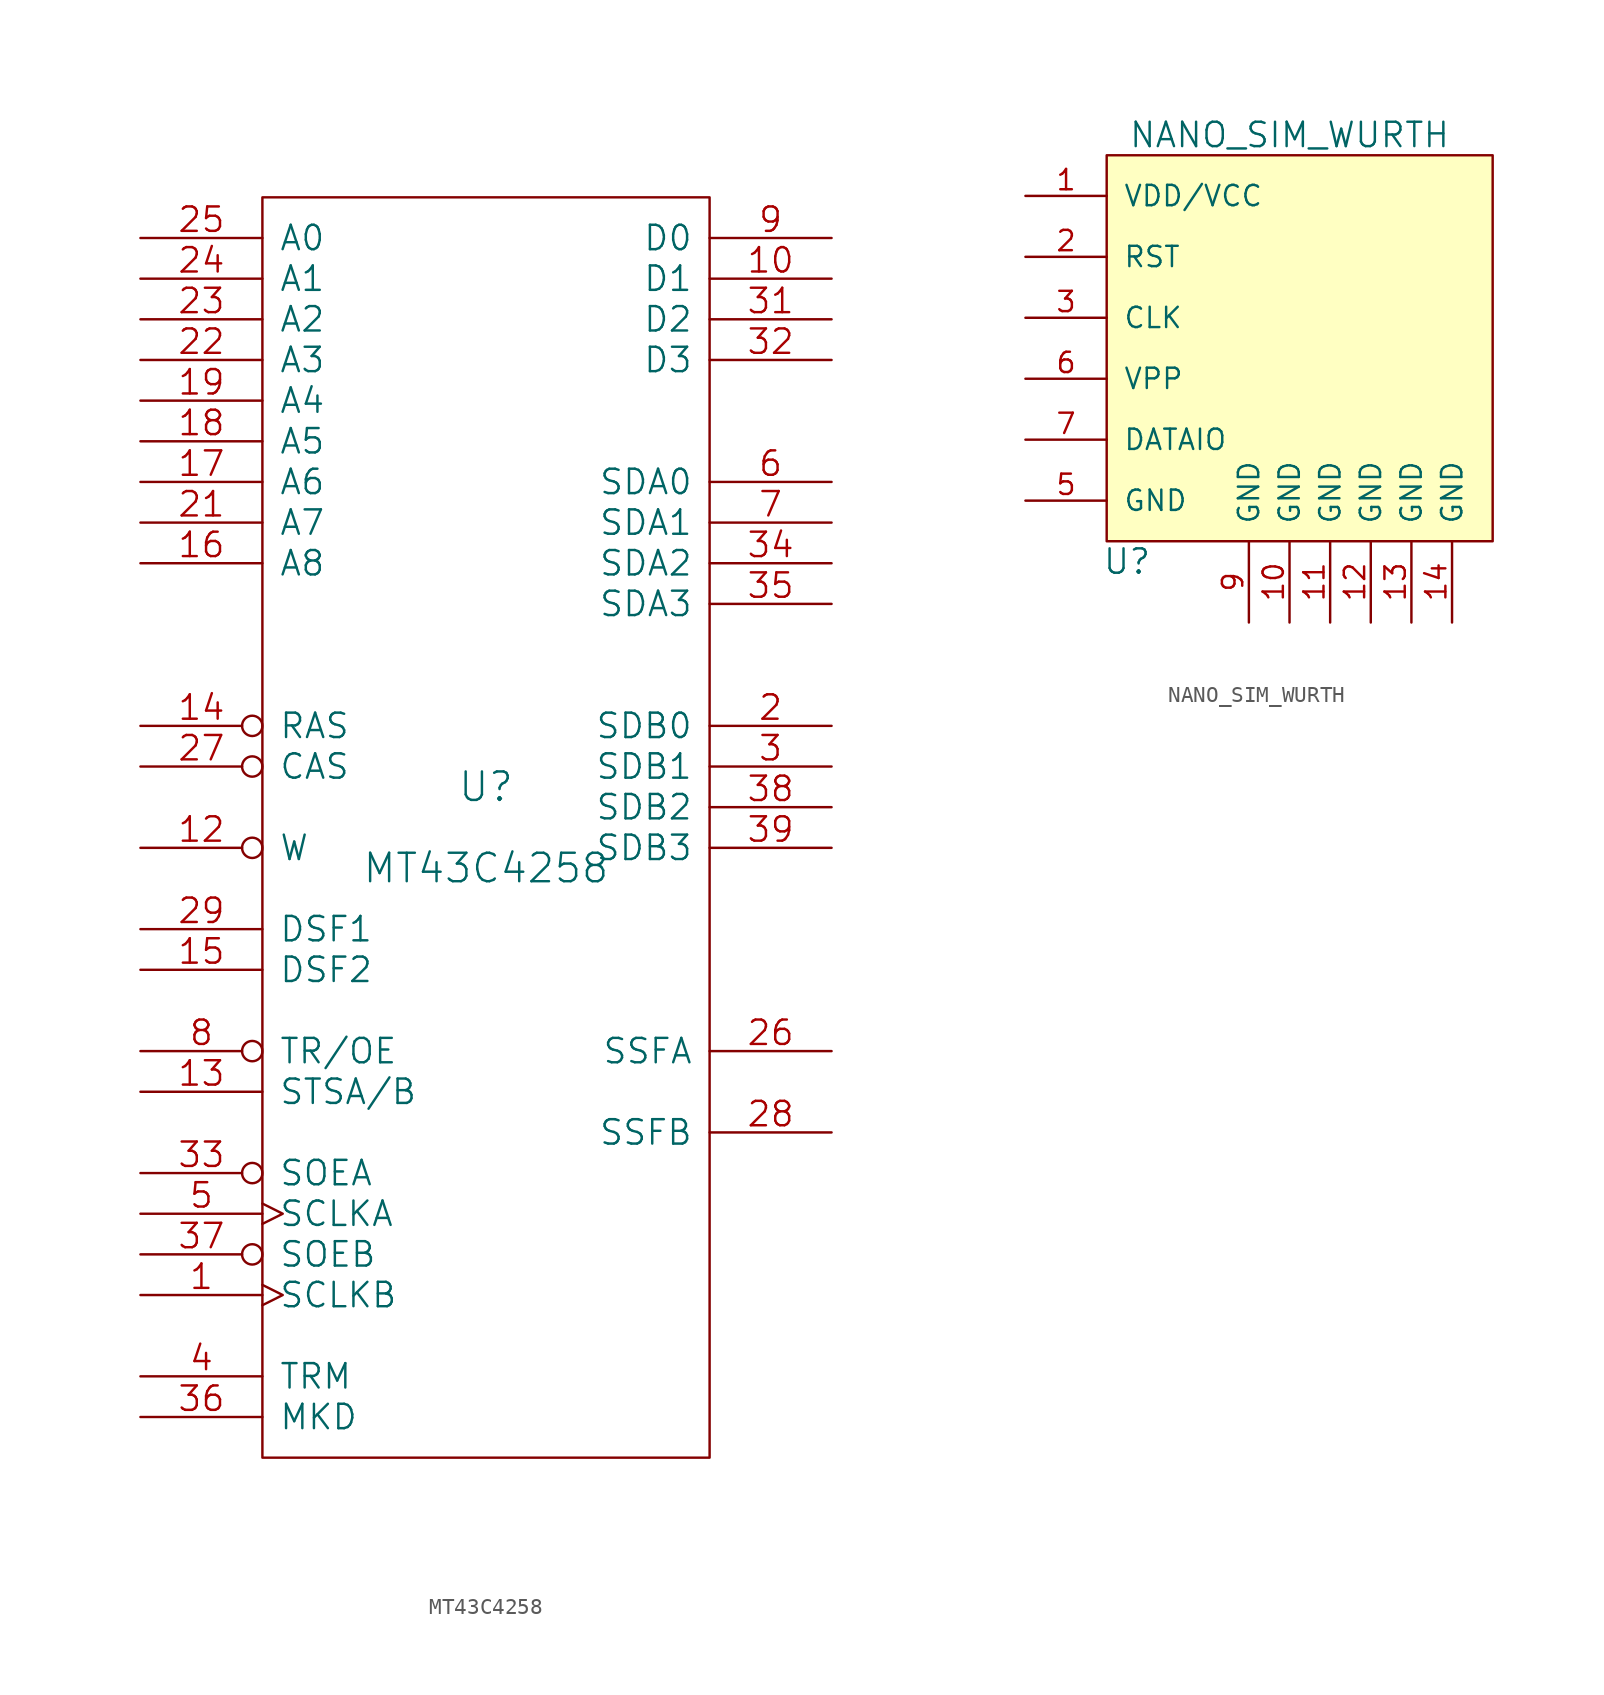
<source format=kicad_sym>
(kicad_symbol_lib
  (version 20211014)
  (generator kicad_symbol_editor)
  (symbol "MT43C4258"
    (pin_names
      (offset 1.016))
    (property "Reference" "U"
      (at 0 2.54 0)
      (effects (font (size 1.778 1.778))))
    (property "Value" "MT43C4258"
      (at 0 -2.54 0)
      (effects (font (size 1.778 1.778))))
    (property "Footprint" ""
      (at 0 0 0)
      (effects (font (size 1.524 1.524))))
    (property "Datasheet" ""
      (at 0 0 0)
      (effects (font (size 1.524 1.524))))
    (symbol "MT43C4258_0_1"
      (rectangle (start -13.97 -39.37) (end 13.97 39.37) (stroke (width 0) (type default) (color 0 0 0 0)) (fill (type none))))
    (symbol "MT43C4258_1_1"
      (pin input clock (at -21.59 -29.21 0) (length 7.62) (name "SCLKB" (effects (font (size 1.524 1.524)))) (number "1" (effects (font (size 1.524 1.524)))))
      (pin tri_state line (at 21.59 34.29 180) (length 7.62) (name "D1" (effects (font (size 1.524 1.524)))) (number "10" (effects (font (size 1.524 1.524)))))
      (pin power_in line (at -3.81 39.37 90) (length 0) hide (name "VCC" (effects (font (size 1.524 1.524)))) (number "11" (effects (font (size 1.524 1.524)))))
      (pin input inverted (at -21.59 -1.27 0) (length 7.62) (name "W" (effects (font (size 1.524 1.524)))) (number "12" (effects (font (size 1.524 1.524)))))
      (pin input line (at -21.59 -16.51 0) (length 7.62) (name "STSA/B" (effects (font (size 1.524 1.524)))) (number "13" (effects (font (size 1.524 1.524)))))
      (pin input inverted (at -21.59 6.35 0) (length 7.62) (name "RAS" (effects (font (size 1.524 1.524)))) (number "14" (effects (font (size 1.524 1.524)))))
      (pin input line (at -21.59 -8.89 0) (length 7.62) (name "DSF2" (effects (font (size 1.524 1.524)))) (number "15" (effects (font (size 1.524 1.524)))))
      (pin input line (at -21.59 16.51 0) (length 7.62) (name "A8" (effects (font (size 1.524 1.524)))) (number "16" (effects (font (size 1.524 1.524)))))
      (pin input line (at -21.59 21.59 0) (length 7.62) (name "A6" (effects (font (size 1.524 1.524)))) (number "17" (effects (font (size 1.524 1.524)))))
      (pin input line (at -21.59 24.13 0) (length 7.62) (name "A5" (effects (font (size 1.524 1.524)))) (number "18" (effects (font (size 1.524 1.524)))))
      (pin input line (at -21.59 26.67 0) (length 7.62) (name "A4" (effects (font (size 1.524 1.524)))) (number "19" (effects (font (size 1.524 1.524)))))
      (pin tri_state line (at 21.59 6.35 180) (length 7.62) (name "SDB0" (effects (font (size 1.524 1.524)))) (number "2" (effects (font (size 1.524 1.524)))))
      (pin power_in line (at -1.27 39.37 90) (length 0) hide (name "VCC" (effects (font (size 1.524 1.524)))) (number "20" (effects (font (size 1.524 1.524)))))
      (pin input line (at -21.59 19.05 0) (length 7.62) (name "A7" (effects (font (size 1.524 1.524)))) (number "21" (effects (font (size 1.524 1.524)))))
      (pin input line (at -21.59 29.21 0) (length 7.62) (name "A3" (effects (font (size 1.524 1.524)))) (number "22" (effects (font (size 1.524 1.524)))))
      (pin input line (at -21.59 31.75 0) (length 7.62) (name "A2" (effects (font (size 1.524 1.524)))) (number "23" (effects (font (size 1.524 1.524)))))
      (pin input line (at -21.59 34.29 0) (length 7.62) (name "A1" (effects (font (size 1.524 1.524)))) (number "24" (effects (font (size 1.524 1.524)))))
      (pin input line (at -21.59 36.83 0) (length 7.62) (name "A0" (effects (font (size 1.524 1.524)))) (number "25" (effects (font (size 1.524 1.524)))))
      (pin input line (at 21.59 -13.97 180) (length 7.62) (name "SSFA" (effects (font (size 1.524 1.524)))) (number "26" (effects (font (size 1.524 1.524)))))
      (pin input inverted (at -21.59 3.81 0) (length 7.62) (name "CAS" (effects (font (size 1.524 1.524)))) (number "27" (effects (font (size 1.524 1.524)))))
      (pin input line (at 21.59 -19.05 180) (length 7.62) (name "SSFB" (effects (font (size 1.524 1.524)))) (number "28" (effects (font (size 1.524 1.524)))))
      (pin input line (at -21.59 -6.35 0) (length 7.62) (name "DSF1" (effects (font (size 1.524 1.524)))) (number "29" (effects (font (size 1.524 1.524)))))
      (pin tri_state line (at 21.59 3.81 180) (length 7.62) (name "SDB1" (effects (font (size 1.524 1.524)))) (number "3" (effects (font (size 1.524 1.524)))))
      (pin power_in line (at -3.81 -39.37 90) (length 0) hide (name "GND" (effects (font (size 1.524 1.524)))) (number "30" (effects (font (size 1.524 1.524)))))
      (pin tri_state line (at 21.59 31.75 180) (length 7.62) (name "D2" (effects (font (size 1.524 1.524)))) (number "31" (effects (font (size 1.524 1.524)))))
      (pin tri_state line (at 21.59 29.21 180) (length 7.62) (name "D3" (effects (font (size 1.524 1.524)))) (number "32" (effects (font (size 1.524 1.524)))))
      (pin input inverted (at -21.59 -21.59 0) (length 7.62) (name "SOEA" (effects (font (size 1.524 1.524)))) (number "33" (effects (font (size 1.524 1.524)))))
      (pin tri_state line (at 21.59 16.51 180) (length 7.62) (name "SDA2" (effects (font (size 1.524 1.524)))) (number "34" (effects (font (size 1.524 1.524)))))
      (pin tri_state line (at 21.59 13.97 180) (length 7.62) (name "SDA3" (effects (font (size 1.524 1.524)))) (number "35" (effects (font (size 1.524 1.524)))))
      (pin input line (at -21.59 -36.83 0) (length 7.62) (name "MKD" (effects (font (size 1.524 1.524)))) (number "36" (effects (font (size 1.524 1.524)))))
      (pin input inverted (at -21.59 -26.67 0) (length 7.62) (name "SOEB" (effects (font (size 1.524 1.524)))) (number "37" (effects (font (size 1.524 1.524)))))
      (pin tri_state line (at 21.59 1.27 180) (length 7.62) (name "SDB2" (effects (font (size 1.524 1.524)))) (number "38" (effects (font (size 1.524 1.524)))))
      (pin tri_state line (at 21.59 -1.27 180) (length 7.62) (name "SDB3" (effects (font (size 1.524 1.524)))) (number "39" (effects (font (size 1.524 1.524)))))
      (pin input line (at -21.59 -34.29 0) (length 7.62) (name "TRM" (effects (font (size 1.524 1.524)))) (number "4" (effects (font (size 1.524 1.524)))))
      (pin power_in line (at -1.27 -39.37 90) (length 0) hide (name "GND" (effects (font (size 1.524 1.524)))) (number "40" (effects (font (size 1.524 1.524)))))
      (pin input clock (at -21.59 -24.13 0) (length 7.62) (name "SCLKA" (effects (font (size 1.524 1.524)))) (number "5" (effects (font (size 1.524 1.524)))))
      (pin tri_state line (at 21.59 21.59 180) (length 7.62) (name "SDA0" (effects (font (size 1.524 1.524)))) (number "6" (effects (font (size 1.524 1.524)))))
      (pin tri_state line (at 21.59 19.05 180) (length 7.62) (name "SDA1" (effects (font (size 1.524 1.524)))) (number "7" (effects (font (size 1.524 1.524)))))
      (pin input inverted (at -21.59 -13.97 0) (length 7.62) (name "TR/OE" (effects (font (size 1.524 1.524)))) (number "8" (effects (font (size 1.524 1.524)))))
      (pin tri_state line (at 21.59 36.83 180) (length 7.62) (name "D0" (effects (font (size 1.524 1.524)))) (number "9" (effects (font (size 1.524 1.524)))))))
  (symbol "NANO_SIM_WURTH"
    (pin_names
      (offset 1.016))
    (property "Reference" "U"
      (at -11.43 -12.7 0)
      (effects (font (size 1.524 1.524))))
    (property "Value" "NANO_SIM_WURTH"
      (at -1.27 13.97 0)
      (effects (font (size 1.524 1.524))))
    (symbol "NANO_SIM_WURTH_0_1"
      (rectangle (start -12.7 12.7) (end 11.43 -11.43) (stroke (width 0) (type default) (color 0 0 0 0)) (fill (type background))))
    (symbol "NANO_SIM_WURTH_1_1"
      (pin input line (at -17.78 10.16 0) (length 5.08) (name "VDD/VCC" (effects (font (size 1.27 1.27)))) (number "1" (effects (font (size 1.27 1.27)))))
      (pin input line (at -1.27 -16.51 90) (length 5.08) (name "GND" (effects (font (size 1.27 1.27)))) (number "10" (effects (font (size 1.27 1.27)))))
      (pin input line (at 1.27 -16.51 90) (length 5.08) (name "GND" (effects (font (size 1.27 1.27)))) (number "11" (effects (font (size 1.27 1.27)))))
      (pin input line (at 3.81 -16.51 90) (length 5.08) (name "GND" (effects (font (size 1.27 1.27)))) (number "12" (effects (font (size 1.27 1.27)))))
      (pin input line (at 6.35 -16.51 90) (length 5.08) (name "GND" (effects (font (size 1.27 1.27)))) (number "13" (effects (font (size 1.27 1.27)))))
      (pin input line (at 8.89 -16.51 90) (length 5.08) (name "GND" (effects (font (size 1.27 1.27)))) (number "14" (effects (font (size 1.27 1.27)))))
      (pin input line (at -17.78 6.35 0) (length 5.08) (name "RST" (effects (font (size 1.27 1.27)))) (number "2" (effects (font (size 1.27 1.27)))))
      (pin input line (at -17.78 2.54 0) (length 5.08) (name "CLK" (effects (font (size 1.27 1.27)))) (number "3" (effects (font (size 1.27 1.27)))))
      (pin input line (at -17.78 -8.89 0) (length 5.08) (name "GND" (effects (font (size 1.27 1.27)))) (number "5" (effects (font (size 1.27 1.27)))))
      (pin input line (at -17.78 -1.27 0) (length 5.08) (name "VPP" (effects (font (size 1.27 1.27)))) (number "6" (effects (font (size 1.27 1.27)))))
      (pin input line (at -17.78 -5.08 0) (length 5.08) (name "DATAIO" (effects (font (size 1.27 1.27)))) (number "7" (effects (font (size 1.27 1.27)))))
      (pin input line (at -3.81 -16.51 90) (length 5.08) (name "GND" (effects (font (size 1.27 1.27)))) (number "9" (effects (font (size 1.27 1.27))))))))
</source>
